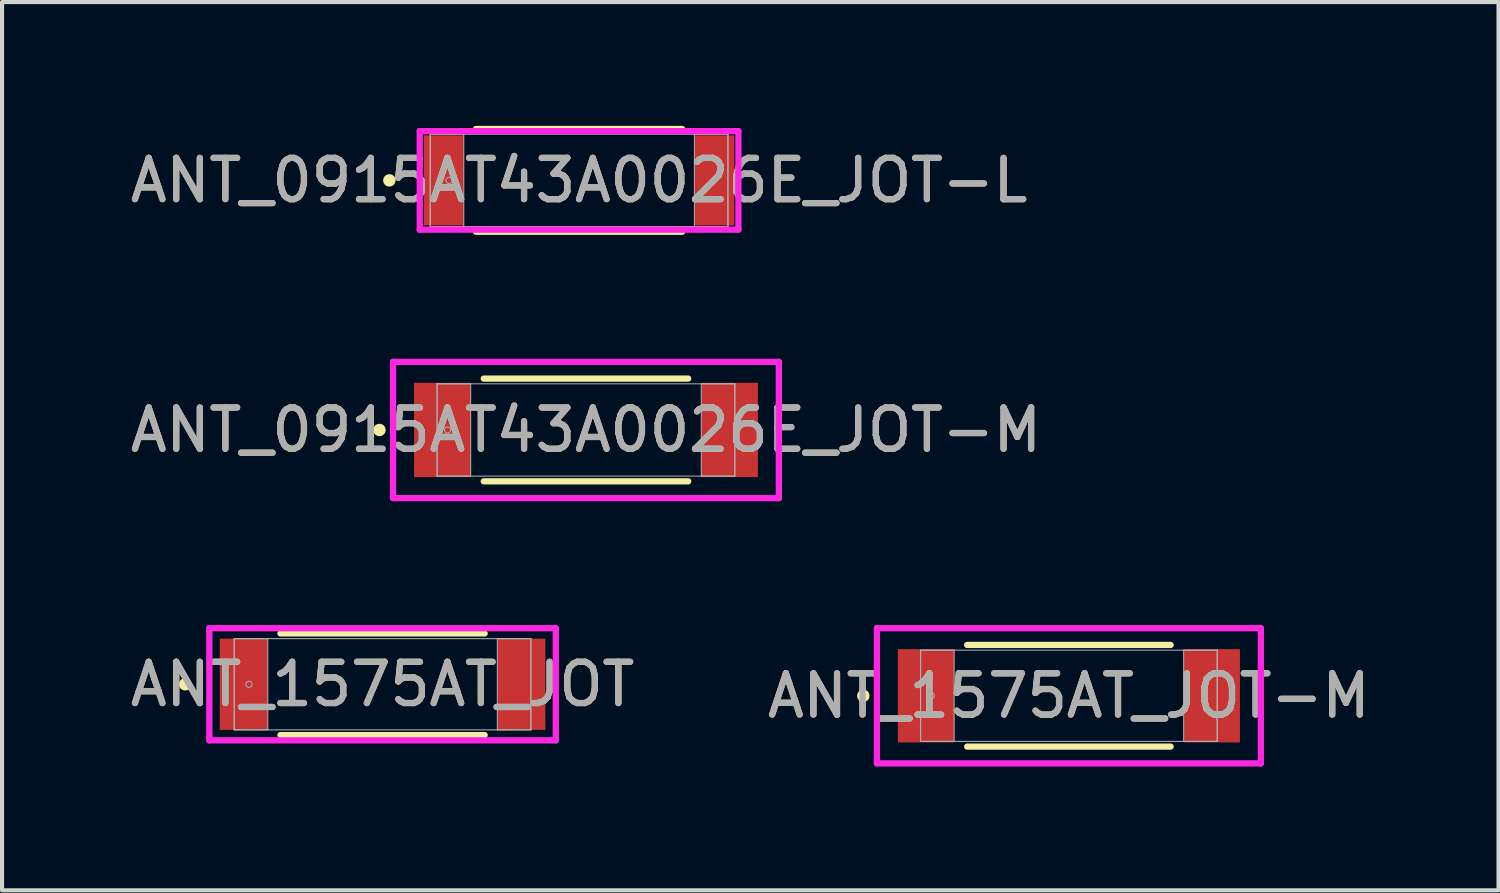
<source format=kicad_pcb>
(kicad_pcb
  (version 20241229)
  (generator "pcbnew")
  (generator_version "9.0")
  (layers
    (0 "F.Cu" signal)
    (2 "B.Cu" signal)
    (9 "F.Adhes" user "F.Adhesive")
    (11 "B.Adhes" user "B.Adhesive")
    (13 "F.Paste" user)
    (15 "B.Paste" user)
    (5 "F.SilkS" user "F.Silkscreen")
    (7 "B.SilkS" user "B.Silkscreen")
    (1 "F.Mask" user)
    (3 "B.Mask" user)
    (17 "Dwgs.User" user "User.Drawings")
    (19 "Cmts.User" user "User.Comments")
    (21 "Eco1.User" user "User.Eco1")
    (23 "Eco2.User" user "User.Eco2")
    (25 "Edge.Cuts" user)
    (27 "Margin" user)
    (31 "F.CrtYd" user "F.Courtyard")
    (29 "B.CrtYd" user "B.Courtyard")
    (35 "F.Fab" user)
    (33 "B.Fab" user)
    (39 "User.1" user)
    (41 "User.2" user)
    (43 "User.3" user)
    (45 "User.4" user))
  (footprint "ANT_0915AT43A0026E_JOT-L"
    (layer "F.Cu")
    (at 10.982 1.321)
    (property "Reference" "ANT_0915AT43A0026E_JOT-L" (at 0 0 0) (unlocked yes) (layer "F.SilkS") (effects (font (size 1 1) (thickness 0.15))))
    (attr smd)
    (fp_line (start -2.498 1.245) (end 2.498 1.245) (stroke (width 0.152) (type solid)) (layer "F.SilkS"))
    (fp_line (start 2.498 -1.245) (end -2.498 -1.245) (stroke (width 0.152) (type solid)) (layer "F.SilkS"))
    (fp_circle (center -4.597 0) (end -4.521 0) (stroke (width 0.152) (type solid)) (fill no) (layer "F.SilkS"))
    (fp_line (start -3.861 -1.194) (end 3.861 -1.194) (stroke (width 0.152) (type solid)) (layer "F.CrtYd"))
    (fp_line (start -3.861 1.194) (end -3.861 -1.194) (stroke (width 0.152) (type solid)) (layer "F.CrtYd"))
    (fp_line (start 3.861 -1.194) (end 3.861 1.194) (stroke (width 0.152) (type solid)) (layer "F.CrtYd"))
    (fp_line (start 3.861 1.194) (end -3.861 1.194) (stroke (width 0.152) (type solid)) (layer "F.CrtYd"))
    (fp_line (start -3.607 -1.118) (end -3.607 1.118) (stroke (width 0.025) (type solid)) (layer "F.Fab"))
    (fp_line (start -3.607 -1.118) (end -3.607 1.118) (stroke (width 0.025) (type solid)) (layer "F.Fab"))
    (fp_line (start -3.607 1.118) (end -2.794 1.118) (stroke (width 0.025) (type solid)) (layer "F.Fab"))
    (fp_line (start -3.607 1.118) (end 3.607 1.118) (stroke (width 0.025) (type solid)) (layer "F.Fab"))
    (fp_line (start -2.794 -1.118) (end -3.607 -1.118) (stroke (width 0.025) (type solid)) (layer "F.Fab"))
    (fp_line (start -2.794 1.118) (end -2.794 -1.118) (stroke (width 0.025) (type solid)) (layer "F.Fab"))
    (fp_line (start 2.794 -1.118) (end 2.794 1.118) (stroke (width 0.025) (type solid)) (layer "F.Fab"))
    (fp_line (start 2.794 1.118) (end 3.607 1.118) (stroke (width 0.025) (type solid)) (layer "F.Fab"))
    (fp_line (start 3.607 -1.118) (end -3.607 -1.118) (stroke (width 0.025) (type solid)) (layer "F.Fab"))
    (fp_line (start 3.607 -1.118) (end 2.794 -1.118) (stroke (width 0.025) (type solid)) (layer "F.Fab"))
    (fp_line (start 3.607 1.118) (end 3.607 -1.118) (stroke (width 0.025) (type solid)) (layer "F.Fab"))
    (fp_line (start 3.607 1.118) (end 3.607 -1.118) (stroke (width 0.025) (type solid)) (layer "F.Fab"))
    (fp_circle (center -3.15 0) (end -3.073 0) (stroke (width 0.025) (type solid)) (fill no) (layer "F.Fab"))
    (fp_text user "${REFERENCE}" (at 0 0 0) (unlocked yes) (layer "F.Fab") (effects (font (size 1 1) (thickness 0.15))))
    (pad "1" smd rect (at -3.277 0) (size 0.965 2.184) (layers "F.Cu" "F.Mask" "F.Paste"))
    (pad "2" smd rect (at 3.277 0) (size 0.965 2.184) (layers "F.Cu" "F.Mask" "F.Paste"))
    (zone (net_name "") (layer "F.Cu") (hatch full 0.508) (connect_pads) (min_thickness 0.254) (filled_areas_thickness no) (keepout (tracks not_allowed) (vias not_allowed) (pads allowed) (copperpour not_allowed) (footprints allowed)) (placement (enabled no)) (fill) (polygon (pts (xy 8.239 0.254) (xy 13.725 0.254) (xy 13.725 2.388) (xy 8.239 2.388)))))
  (footprint "ANT_0915AT43A0026E_JOT-M"
    (layer "F.Cu")
    (at 11.149 7.369)
    (property "Reference" "ANT_0915AT43A0026E_JOT-M" (at 0 0 0) (unlocked yes) (layer "F.SilkS") (effects (font (size 1 1) (thickness 0.15))))
    (attr smd)
    (fp_line (start -2.477 1.245) (end 2.477 1.245) (stroke (width 0.152) (type solid)) (layer "F.SilkS"))
    (fp_line (start 2.477 -1.245) (end -2.477 -1.245) (stroke (width 0.152) (type solid)) (layer "F.SilkS"))
    (fp_circle (center -5.004 0) (end -4.928 0) (stroke (width 0.152) (type solid)) (fill no) (layer "F.SilkS"))
    (fp_line (start -4.674 -1.651) (end 4.674 -1.651) (stroke (width 0.152) (type solid)) (layer "F.CrtYd"))
    (fp_line (start -4.674 1.651) (end -4.674 -1.651) (stroke (width 0.152) (type solid)) (layer "F.CrtYd"))
    (fp_line (start 4.674 -1.651) (end 4.674 1.651) (stroke (width 0.152) (type solid)) (layer "F.CrtYd"))
    (fp_line (start 4.674 1.651) (end -4.674 1.651) (stroke (width 0.152) (type solid)) (layer "F.CrtYd"))
    (fp_line (start -3.607 -1.118) (end -3.607 1.118) (stroke (width 0.025) (type solid)) (layer "F.Fab"))
    (fp_line (start -3.607 -1.118) (end -3.607 1.118) (stroke (width 0.025) (type solid)) (layer "F.Fab"))
    (fp_line (start -3.607 1.118) (end -2.794 1.118) (stroke (width 0.025) (type solid)) (layer "F.Fab"))
    (fp_line (start -3.607 1.118) (end 3.607 1.118) (stroke (width 0.025) (type solid)) (layer "F.Fab"))
    (fp_line (start -2.794 -1.118) (end -3.607 -1.118) (stroke (width 0.025) (type solid)) (layer "F.Fab"))
    (fp_line (start -2.794 1.118) (end -2.794 -1.118) (stroke (width 0.025) (type solid)) (layer "F.Fab"))
    (fp_line (start 2.794 -1.118) (end 2.794 1.118) (stroke (width 0.025) (type solid)) (layer "F.Fab"))
    (fp_line (start 2.794 1.118) (end 3.607 1.118) (stroke (width 0.025) (type solid)) (layer "F.Fab"))
    (fp_line (start 3.607 -1.118) (end -3.607 -1.118) (stroke (width 0.025) (type solid)) (layer "F.Fab"))
    (fp_line (start 3.607 -1.118) (end 2.794 -1.118) (stroke (width 0.025) (type solid)) (layer "F.Fab"))
    (fp_line (start 3.607 1.118) (end 3.607 -1.118) (stroke (width 0.025) (type solid)) (layer "F.Fab"))
    (fp_line (start 3.607 1.118) (end 3.607 -1.118) (stroke (width 0.025) (type solid)) (layer "F.Fab"))
    (fp_circle (center -3.353 0) (end -3.277 0) (stroke (width 0.025) (type solid)) (fill no) (layer "F.Fab"))
    (fp_text user "${REFERENCE}" (at 0 0 0) (unlocked yes) (layer "F.Fab") (effects (font (size 1 1) (thickness 0.15))))
    (pad "1" smd rect (at -3.48 0) (size 1.372 2.286) (layers "F.Cu" "F.Mask" "F.Paste"))
    (pad "2" smd rect (at 3.48 0) (size 1.372 2.286) (layers "F.Cu" "F.Mask" "F.Paste"))
    (zone (net_name "") (layer "F.Cu") (hatch full 0.508) (connect_pads) (min_thickness 0.254) (filled_areas_thickness no) (keepout (tracks not_allowed) (vias not_allowed) (pads allowed) (copperpour not_allowed) (footprints allowed)) (placement (enabled no)) (fill) (polygon (pts (xy 8.406 6.302) (xy 13.892 6.302) (xy 13.892 8.436) (xy 8.406 8.436)))))
  (footprint "ANT_1575AT_JOT"
    (layer "F.Cu")
    (at 6.22 13.531)
    (property "Reference" "ANT_1575AT_JOT" (at 0 0 0) (unlocked yes) (layer "F.SilkS") (effects (font (size 1 1) (thickness 0.15))))
    (attr smd)
    (fp_line (start -2.474 1.232) (end 2.474 1.232) (stroke (width 0.152) (type solid)) (layer "F.SilkS"))
    (fp_line (start 2.474 -1.232) (end -2.474 -1.232) (stroke (width 0.152) (type solid)) (layer "F.SilkS"))
    (fp_circle (center -4.782 0) (end -4.706 0) (stroke (width 0.152) (type solid)) (fill no) (layer "F.SilkS"))
    (fp_line (start -4.198 -1.359) (end 4.198 -1.359) (stroke (width 0.152) (type solid)) (layer "F.CrtYd"))
    (fp_line (start -4.198 1.359) (end -4.198 -1.359) (stroke (width 0.152) (type solid)) (layer "F.CrtYd"))
    (fp_line (start 4.198 -1.359) (end 4.198 1.359) (stroke (width 0.152) (type solid)) (layer "F.CrtYd"))
    (fp_line (start 4.198 1.359) (end -4.198 1.359) (stroke (width 0.152) (type solid)) (layer "F.CrtYd"))
    (fp_line (start -3.594 -1.105) (end -3.594 1.105) (stroke (width 0.025) (type solid)) (layer "F.Fab"))
    (fp_line (start -3.594 -1.105) (end -3.594 1.105) (stroke (width 0.025) (type solid)) (layer "F.Fab"))
    (fp_line (start -3.594 1.105) (end -2.781 1.105) (stroke (width 0.025) (type solid)) (layer "F.Fab"))
    (fp_line (start -3.594 1.105) (end 3.594 1.105) (stroke (width 0.025) (type solid)) (layer "F.Fab"))
    (fp_line (start -2.781 -1.105) (end -3.594 -1.105) (stroke (width 0.025) (type solid)) (layer "F.Fab"))
    (fp_line (start -2.781 1.105) (end -2.781 -1.105) (stroke (width 0.025) (type solid)) (layer "F.Fab"))
    (fp_line (start 2.781 -1.105) (end 2.781 1.105) (stroke (width 0.025) (type solid)) (layer "F.Fab"))
    (fp_line (start 2.781 1.105) (end 3.594 1.105) (stroke (width 0.025) (type solid)) (layer "F.Fab"))
    (fp_line (start 3.594 -1.105) (end -3.594 -1.105) (stroke (width 0.025) (type solid)) (layer "F.Fab"))
    (fp_line (start 3.594 -1.105) (end 2.781 -1.105) (stroke (width 0.025) (type solid)) (layer "F.Fab"))
    (fp_line (start 3.594 1.105) (end 3.594 -1.105) (stroke (width 0.025) (type solid)) (layer "F.Fab"))
    (fp_line (start 3.594 1.105) (end 3.594 -1.105) (stroke (width 0.025) (type solid)) (layer "F.Fab"))
    (fp_circle (center -3.236 0) (end -3.16 0) (stroke (width 0.025) (type solid)) (fill no) (layer "F.Fab"))
    (fp_text user "${REFERENCE}" (at 0 0 0) (unlocked yes) (layer "F.Fab") (effects (font (size 1 1) (thickness 0.15))))
    (pad "1" smd rect (at -3.363 0) (size 1.163 2.21) (layers "F.Cu" "F.Mask" "F.Paste"))
    (pad "2" smd rect (at 3.363 0) (size 1.163 2.21) (layers "F.Cu" "F.Mask" "F.Paste"))
    (zone (net_name "") (layer "F.Cu") (hatch full 0.508) (connect_pads) (min_thickness 0.254) (filled_areas_thickness no) (keepout (tracks not_allowed) (vias not_allowed) (pads allowed) (copperpour not_allowed) (footprints allowed)) (placement (enabled no)) (fill) (polygon (pts (xy 3.49 12.477) (xy 8.951 12.477) (xy 8.951 14.585) (xy 3.49 14.585)))))
  (footprint "ANT_1575AT_JOT-M"
    (layer "F.Cu")
    (at 22.851 13.81)
    (property "Reference" "ANT_1575AT_JOT-M" (at 0 0 0) (unlocked yes) (layer "F.SilkS") (effects (font (size 1 1) (thickness 0.15))))
    (attr smd)
    (fp_line (start -2.465 1.232) (end 2.465 1.232) (stroke (width 0.152) (type solid)) (layer "F.SilkS"))
    (fp_line (start 2.465 -1.232) (end -2.465 -1.232) (stroke (width 0.152) (type solid)) (layer "F.SilkS"))
    (fp_circle (center -4.982 0) (end -4.906 0) (stroke (width 0.152) (type solid)) (fill no) (layer "F.SilkS"))
    (fp_line (start -4.652 -1.638) (end 4.652 -1.638) (stroke (width 0.152) (type solid)) (layer "F.CrtYd"))
    (fp_line (start -4.652 1.638) (end -4.652 -1.638) (stroke (width 0.152) (type solid)) (layer "F.CrtYd"))
    (fp_line (start 4.652 -1.638) (end 4.652 1.638) (stroke (width 0.152) (type solid)) (layer "F.CrtYd"))
    (fp_line (start 4.652 1.638) (end -4.652 1.638) (stroke (width 0.152) (type solid)) (layer "F.CrtYd"))
    (fp_line (start -3.594 -1.105) (end -3.594 1.105) (stroke (width 0.025) (type solid)) (layer "F.Fab"))
    (fp_line (start -3.594 -1.105) (end -3.594 1.105) (stroke (width 0.025) (type solid)) (layer "F.Fab"))
    (fp_line (start -3.594 1.105) (end -2.781 1.105) (stroke (width 0.025) (type solid)) (layer "F.Fab"))
    (fp_line (start -3.594 1.105) (end 3.594 1.105) (stroke (width 0.025) (type solid)) (layer "F.Fab"))
    (fp_line (start -2.781 -1.105) (end -3.594 -1.105) (stroke (width 0.025) (type solid)) (layer "F.Fab"))
    (fp_line (start -2.781 1.105) (end -2.781 -1.105) (stroke (width 0.025) (type solid)) (layer "F.Fab"))
    (fp_line (start 2.781 -1.105) (end 2.781 1.105) (stroke (width 0.025) (type solid)) (layer "F.Fab"))
    (fp_line (start 2.781 1.105) (end 3.594 1.105) (stroke (width 0.025) (type solid)) (layer "F.Fab"))
    (fp_line (start 3.594 -1.105) (end -3.594 -1.105) (stroke (width 0.025) (type solid)) (layer "F.Fab"))
    (fp_line (start 3.594 -1.105) (end 2.781 -1.105) (stroke (width 0.025) (type solid)) (layer "F.Fab"))
    (fp_line (start 3.594 1.105) (end 3.594 -1.105) (stroke (width 0.025) (type solid)) (layer "F.Fab"))
    (fp_line (start 3.594 1.105) (end 3.594 -1.105) (stroke (width 0.025) (type solid)) (layer "F.Fab"))
    (fp_circle (center -3.336 0) (end -3.26 0) (stroke (width 0.025) (type solid)) (fill no) (layer "F.Fab"))
    (fp_text user "${REFERENCE}" (at 0 0 0) (unlocked yes) (layer "F.Fab") (effects (font (size 1 1) (thickness 0.15))))
    (pad "1" smd rect (at -3.463 0) (size 1.363 2.26) (layers "F.Cu" "F.Mask" "F.Paste"))
    (pad "2" smd rect (at 3.463 0) (size 1.363 2.26) (layers "F.Cu" "F.Mask" "F.Paste"))
    (zone (net_name "") (layer "F.Cu") (hatch full 0.508) (connect_pads) (min_thickness 0.254) (filled_areas_thickness no) (keepout (tracks not_allowed) (vias not_allowed) (pads allowed) (copperpour not_allowed) (footprints allowed)) (placement (enabled no)) (fill) (polygon (pts (xy 20.121 12.756) (xy 25.582 12.756) (xy 25.582 14.864) (xy 20.121 14.864)))))
  (gr_rect
    (start -3 -3)
    (end 33.262 18.524)
    (stroke (width 0.1) (type default))
    (fill no)
    (layer "Edge.Cuts")))
</source>
